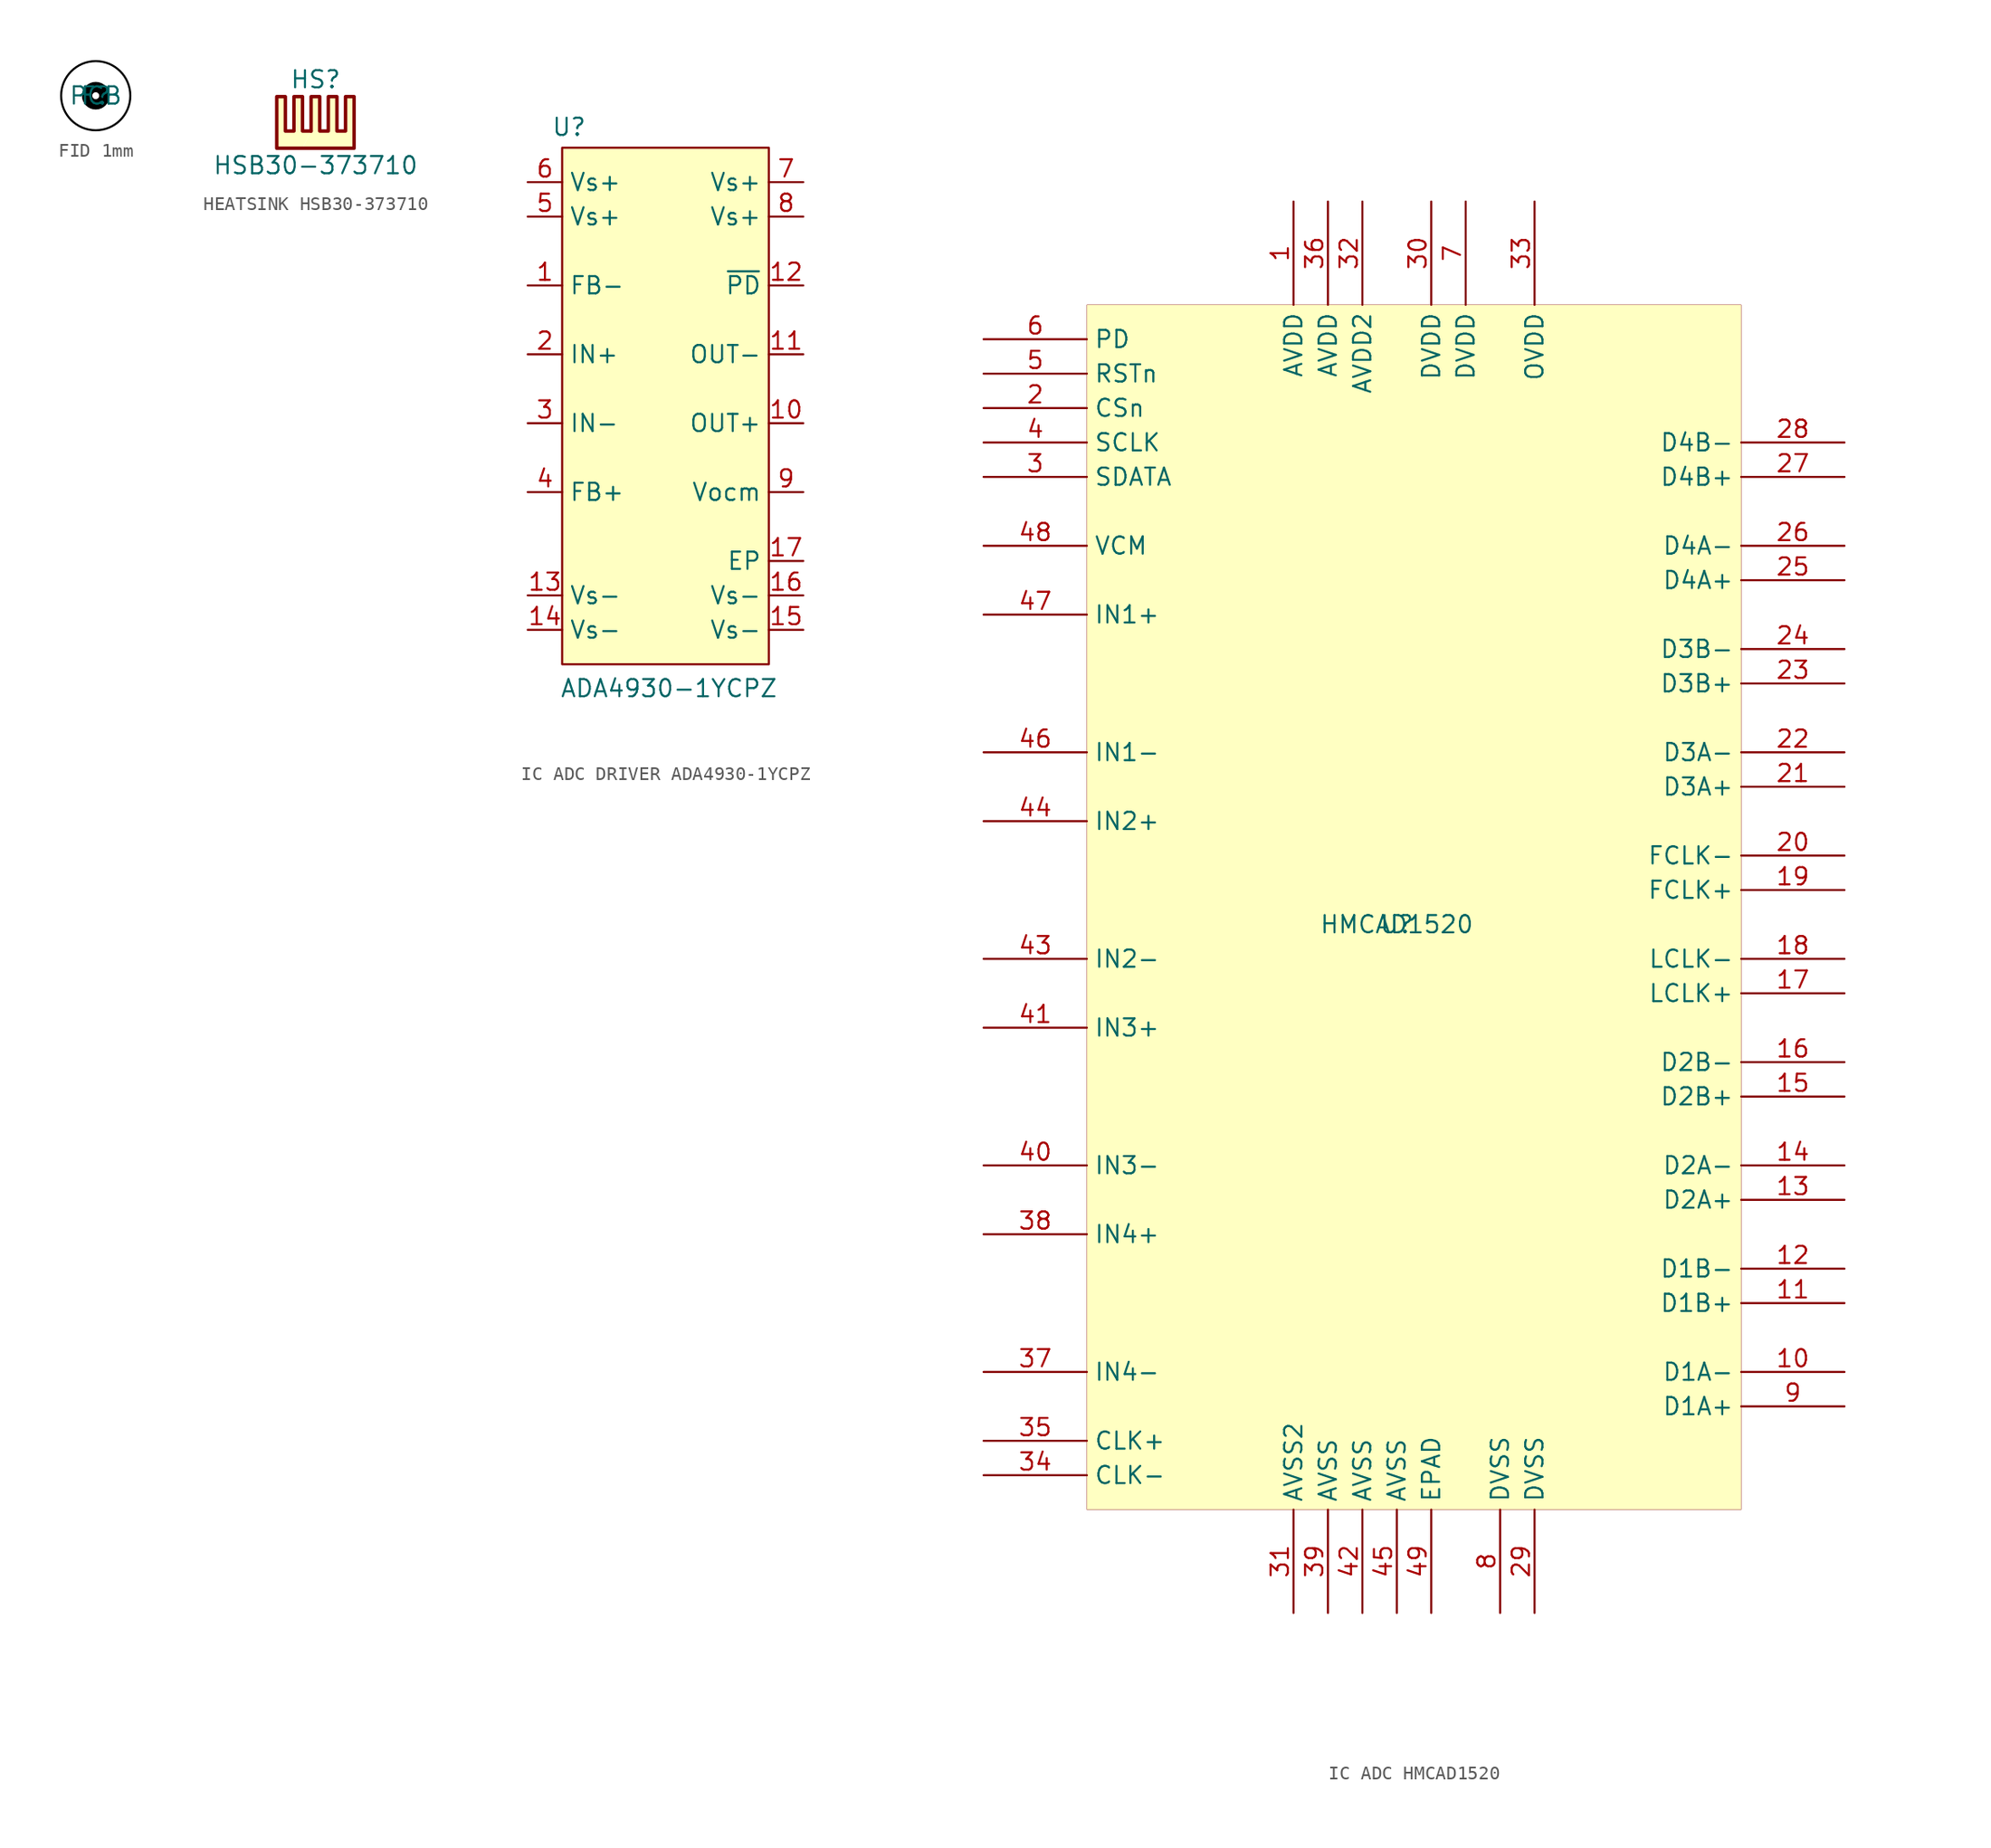
<source format=kicad_sym>
(kicad_symbol_lib
  (version 20241209)
  (generator "kicad_symbol_editor")
  (generator_version "9.0")
  (symbol "FID 1mm"
    (pin_numbers
      (hide yes))
    (pin_names
      (hide yes))
    (property "Reference" "F"
      (at 0 0 0)
      (effects (font (size 1.27 1.27))))
    (property "Value" "PCB"
      (at 0 0 0)
      (effects (font (size 1.27 1.27))))
    (symbol "FID 1mm_1_0"
      (circle (center 0 0) (radius 0.635) (stroke (width 0.762) (type solid) (color 0 0 0 1)) (fill (type none)))
      (circle (center 0 0) (radius 2.54) (stroke (width 0) (type solid) (color 0 0 0 1)) (fill (type none)))))
  (symbol "HEATSINK HSB30-373710"
    (pin_names
      (offset 1.016))
    (property "Reference" "HS"
      (at 0 5.08 0)
      (effects (font (size 1.27 1.27))))
    (property "Value" "HSB30-373710"
      (at 0 -1.27 0)
      (effects (font (size 1.27 1.27))))
    (symbol "HEATSINK HSB30-373710_0_1"
      (polyline (pts (xy -0.33 1.27) (xy -0.965 1.27) (xy -0.965 3.81) (xy -1.6 3.81) (xy -1.6 1.27) (xy -2.235 1.27) (xy -2.235 3.81) (xy -2.87 3.81) (xy -2.87 0) (xy -0.965 0)) (stroke (width 0.254) (type default)) (fill (type background)))
      (polyline (pts (xy -0.33 1.27) (xy -0.33 3.81) (xy 0.305 3.81) (xy 0.305 1.27) (xy 0.94 1.27) (xy 0.94 3.81) (xy 1.575 3.81) (xy 1.575 1.27) (xy 2.21 1.27) (xy 2.21 3.81) (xy 2.845 3.81) (xy 2.845 0) (xy -0.965 0)) (stroke (width 0.254) (type default)) (fill (type background)))))
  (symbol "IC ADC DRIVER ADA4930-1YCPZ"
    (property "Reference" "U"
      (at -7.112 19.304 0)
      (effects (font (size 1.27 1.27))))
    (property "Value" "ADA4930-1YCPZ"
      (at 0.254 -22.098 0)
      (effects (font (size 1.27 1.27))))
    (symbol "IC ADC DRIVER ADA4930-1YCPZ_1_1"
      (rectangle (start -7.62 17.78) (end 7.62 -20.32) (stroke (width 0) (type solid)) (fill (type background)))
      (pin power_in line (at -10.16 15.24 0) (length 2.54) (name "Vs+" (effects (font (size 1.27 1.27)))) (number "6" (effects (font (size 1.27 1.27)))))
      (pin power_in line (at -10.16 12.7 0) (length 2.54) (name "Vs+" (effects (font (size 1.27 1.27)))) (number "5" (effects (font (size 1.27 1.27)))))
      (pin output line (at -10.16 7.62 0) (length 2.54) (name "FB-" (effects (font (size 1.27 1.27)))) (number "1" (effects (font (size 1.27 1.27)))))
      (pin input line (at -10.16 2.54 0) (length 2.54) (name "IN+" (effects (font (size 1.27 1.27)))) (number "2" (effects (font (size 1.27 1.27)))))
      (pin input line (at -10.16 -2.54 0) (length 2.54) (name "IN-" (effects (font (size 1.27 1.27)))) (number "3" (effects (font (size 1.27 1.27)))))
      (pin output line (at -10.16 -7.62 0) (length 2.54) (name "FB+" (effects (font (size 1.27 1.27)))) (number "4" (effects (font (size 1.27 1.27)))))
      (pin power_in line (at -10.16 -15.24 0) (length 2.54) (name "Vs-" (effects (font (size 1.27 1.27)))) (number "13" (effects (font (size 1.27 1.27)))))
      (pin power_in line (at -10.16 -17.78 0) (length 2.54) (name "Vs-" (effects (font (size 1.27 1.27)))) (number "14" (effects (font (size 1.27 1.27)))))
      (pin power_in line (at 10.16 15.24 180) (length 2.54) (name "Vs+" (effects (font (size 1.27 1.27)))) (number "7" (effects (font (size 1.27 1.27)))))
      (pin power_in line (at 10.16 12.7 180) (length 2.54) (name "Vs+" (effects (font (size 1.27 1.27)))) (number "8" (effects (font (size 1.27 1.27)))))
      (pin input line (at 10.16 7.62 180) (length 2.54) (name "~{PD}" (effects (font (size 1.27 1.27)))) (number "12" (effects (font (size 1.27 1.27)))))
      (pin output line (at 10.16 2.54 180) (length 2.54) (name "OUT-" (effects (font (size 1.27 1.27)))) (number "11" (effects (font (size 1.27 1.27)))))
      (pin output line (at 10.16 -2.54 180) (length 2.54) (name "OUT+" (effects (font (size 1.27 1.27)))) (number "10" (effects (font (size 1.27 1.27)))))
      (pin input line (at 10.16 -7.62 180) (length 2.54) (name "Vocm" (effects (font (size 1.27 1.27)))) (number "9" (effects (font (size 1.27 1.27)))))
      (pin power_in line (at 10.16 -12.7 180) (length 2.54) (name "EP" (effects (font (size 1.27 1.27)))) (number "17" (effects (font (size 1.27 1.27)))))
      (pin power_in line (at 10.16 -15.24 180) (length 2.54) (name "Vs-" (effects (font (size 1.27 1.27)))) (number "16" (effects (font (size 1.27 1.27)))))
      (pin power_in line (at 10.16 -17.78 180) (length 2.54) (name "Vs-" (effects (font (size 1.27 1.27)))) (number "15" (effects (font (size 1.27 1.27)))))))
  (symbol "IC ADC HMCAD1520"
    (property "Reference" "U"
      (at 0 0 0)
      (effects (font (size 1.27 1.27))))
    (property "Value" "HMCAD1520"
      (at 0 0 0)
      (effects (font (size 1.27 1.27))))
    (symbol "IC ADC HMCAD1520_1_0"
      (rectangle (start 25.4 45.72) (end -22.86 -43.18) (stroke (width 0.025) (type solid) (color 128 0 0 1)) (fill (type background)))
      (pin input line (at -30.48 43.18 0) (length 7.62) (name "PD" (effects (font (size 1.27 1.27)))) (number "6" (effects (font (size 1.27 1.27)))))
      (pin input line (at -30.48 40.64 0) (length 7.62) (name "RSTn" (effects (font (size 1.27 1.27)))) (number "5" (effects (font (size 1.27 1.27)))))
      (pin input line (at -30.48 38.1 0) (length 7.62) (name "CSn" (effects (font (size 1.27 1.27)))) (number "2" (effects (font (size 1.27 1.27)))))
      (pin input line (at -30.48 35.56 0) (length 7.62) (name "SCLK" (effects (font (size 1.27 1.27)))) (number "4" (effects (font (size 1.27 1.27)))))
      (pin bidirectional line (at -30.48 33.02 0) (length 7.62) (name "SDATA" (effects (font (size 1.27 1.27)))) (number "3" (effects (font (size 1.27 1.27)))))
      (pin output line (at -30.48 27.94 0) (length 7.62) (name "VCM" (effects (font (size 1.27 1.27)))) (number "48" (effects (font (size 1.27 1.27)))))
      (pin input line (at -30.48 22.86 0) (length 7.62) (name "IN1+" (effects (font (size 1.27 1.27)))) (number "47" (effects (font (size 1.27 1.27)))))
      (pin input line (at -30.48 12.7 0) (length 7.62) (name "IN1-" (effects (font (size 1.27 1.27)))) (number "46" (effects (font (size 1.27 1.27)))))
      (pin input line (at -30.48 7.62 0) (length 7.62) (name "IN2+" (effects (font (size 1.27 1.27)))) (number "44" (effects (font (size 1.27 1.27)))))
      (pin input line (at -30.48 -2.54 0) (length 7.62) (name "IN2-" (effects (font (size 1.27 1.27)))) (number "43" (effects (font (size 1.27 1.27)))))
      (pin input line (at -30.48 -7.62 0) (length 7.62) (name "IN3+" (effects (font (size 1.27 1.27)))) (number "41" (effects (font (size 1.27 1.27)))))
      (pin input line (at -30.48 -17.78 0) (length 7.62) (name "IN3-" (effects (font (size 1.27 1.27)))) (number "40" (effects (font (size 1.27 1.27)))))
      (pin input line (at -30.48 -22.86 0) (length 7.62) (name "IN4+" (effects (font (size 1.27 1.27)))) (number "38" (effects (font (size 1.27 1.27)))))
      (pin input line (at -30.48 -33.02 0) (length 7.62) (name "IN4-" (effects (font (size 1.27 1.27)))) (number "37" (effects (font (size 1.27 1.27)))))
      (pin input line (at -30.48 -38.1 0) (length 7.62) (name "CLK+" (effects (font (size 1.27 1.27)))) (number "35" (effects (font (size 1.27 1.27)))))
      (pin input line (at -30.48 -40.64 0) (length 7.62) (name "CLK-" (effects (font (size 1.27 1.27)))) (number "34" (effects (font (size 1.27 1.27)))))
      (pin power_in line (at -7.62 53.34 270) (length 7.62) (name "AVDD" (effects (font (size 1.27 1.27)))) (number "1" (effects (font (size 1.27 1.27)))))
      (pin power_in line (at -7.62 -50.8 90) (length 7.62) (name "AVSS2" (effects (font (size 1.27 1.27)))) (number "31" (effects (font (size 1.27 1.27)))))
      (pin power_in line (at -5.08 53.34 270) (length 7.62) (name "AVDD" (effects (font (size 1.27 1.27)))) (number "36" (effects (font (size 1.27 1.27)))))
      (pin power_in line (at -5.08 -50.8 90) (length 7.62) (name "AVSS" (effects (font (size 1.27 1.27)))) (number "39" (effects (font (size 1.27 1.27)))))
      (pin power_in line (at -2.54 53.34 270) (length 7.62) (name "AVDD2" (effects (font (size 1.27 1.27)))) (number "32" (effects (font (size 1.27 1.27)))))
      (pin power_in line (at -2.54 -50.8 90) (length 7.62) (name "AVSS" (effects (font (size 1.27 1.27)))) (number "42" (effects (font (size 1.27 1.27)))))
      (pin power_in line (at 0 -50.8 90) (length 7.62) (name "AVSS" (effects (font (size 1.27 1.27)))) (number "45" (effects (font (size 1.27 1.27)))))
      (pin power_in line (at 2.54 53.34 270) (length 7.62) (name "DVDD" (effects (font (size 1.27 1.27)))) (number "30" (effects (font (size 1.27 1.27)))))
      (pin power_in line (at 2.54 -50.8 90) (length 7.62) (name "EPAD" (effects (font (size 1.27 1.27)))) (number "49" (effects (font (size 1.27 1.27)))))
      (pin power_in line (at 5.08 53.34 270) (length 7.62) (name "DVDD" (effects (font (size 1.27 1.27)))) (number "7" (effects (font (size 1.27 1.27)))))
      (pin power_in line (at 7.62 -50.8 90) (length 7.62) (name "DVSS" (effects (font (size 1.27 1.27)))) (number "8" (effects (font (size 1.27 1.27)))))
      (pin power_in line (at 10.16 53.34 270) (length 7.62) (name "OVDD" (effects (font (size 1.27 1.27)))) (number "33" (effects (font (size 1.27 1.27)))))
      (pin power_in line (at 10.16 -50.8 90) (length 7.62) (name "DVSS" (effects (font (size 1.27 1.27)))) (number "29" (effects (font (size 1.27 1.27)))))
      (pin output line (at 33.02 35.56 180) (length 7.62) (name "D4B-" (effects (font (size 1.27 1.27)))) (number "28" (effects (font (size 1.27 1.27)))))
      (pin output line (at 33.02 33.02 180) (length 7.62) (name "D4B+" (effects (font (size 1.27 1.27)))) (number "27" (effects (font (size 1.27 1.27)))))
      (pin output line (at 33.02 27.94 180) (length 7.62) (name "D4A-" (effects (font (size 1.27 1.27)))) (number "26" (effects (font (size 1.27 1.27)))))
      (pin output line (at 33.02 25.4 180) (length 7.62) (name "D4A+" (effects (font (size 1.27 1.27)))) (number "25" (effects (font (size 1.27 1.27)))))
      (pin output line (at 33.02 20.32 180) (length 7.62) (name "D3B-" (effects (font (size 1.27 1.27)))) (number "24" (effects (font (size 1.27 1.27)))))
      (pin output line (at 33.02 17.78 180) (length 7.62) (name "D3B+" (effects (font (size 1.27 1.27)))) (number "23" (effects (font (size 1.27 1.27)))))
      (pin output line (at 33.02 12.7 180) (length 7.62) (name "D3A-" (effects (font (size 1.27 1.27)))) (number "22" (effects (font (size 1.27 1.27)))))
      (pin output line (at 33.02 10.16 180) (length 7.62) (name "D3A+" (effects (font (size 1.27 1.27)))) (number "21" (effects (font (size 1.27 1.27)))))
      (pin output line (at 33.02 5.08 180) (length 7.62) (name "FCLK-" (effects (font (size 1.27 1.27)))) (number "20" (effects (font (size 1.27 1.27)))))
      (pin output line (at 33.02 2.54 180) (length 7.62) (name "FCLK+" (effects (font (size 1.27 1.27)))) (number "19" (effects (font (size 1.27 1.27)))))
      (pin output line (at 33.02 -2.54 180) (length 7.62) (name "LCLK-" (effects (font (size 1.27 1.27)))) (number "18" (effects (font (size 1.27 1.27)))))
      (pin output line (at 33.02 -5.08 180) (length 7.62) (name "LCLK+" (effects (font (size 1.27 1.27)))) (number "17" (effects (font (size 1.27 1.27)))))
      (pin output line (at 33.02 -10.16 180) (length 7.62) (name "D2B-" (effects (font (size 1.27 1.27)))) (number "16" (effects (font (size 1.27 1.27)))))
      (pin output line (at 33.02 -12.7 180) (length 7.62) (name "D2B+" (effects (font (size 1.27 1.27)))) (number "15" (effects (font (size 1.27 1.27)))))
      (pin output line (at 33.02 -17.78 180) (length 7.62) (name "D2A-" (effects (font (size 1.27 1.27)))) (number "14" (effects (font (size 1.27 1.27)))))
      (pin output line (at 33.02 -20.32 180) (length 7.62) (name "D2A+" (effects (font (size 1.27 1.27)))) (number "13" (effects (font (size 1.27 1.27)))))
      (pin output line (at 33.02 -25.4 180) (length 7.62) (name "D1B-" (effects (font (size 1.27 1.27)))) (number "12" (effects (font (size 1.27 1.27)))))
      (pin output line (at 33.02 -27.94 180) (length 7.62) (name "D1B+" (effects (font (size 1.27 1.27)))) (number "11" (effects (font (size 1.27 1.27)))))
      (pin output line (at 33.02 -33.02 180) (length 7.62) (name "D1A-" (effects (font (size 1.27 1.27)))) (number "10" (effects (font (size 1.27 1.27)))))
      (pin output line (at 33.02 -35.56 180) (length 7.62) (name "D1A+" (effects (font (size 1.27 1.27)))) (number "9" (effects (font (size 1.27 1.27))))))))
</source>
